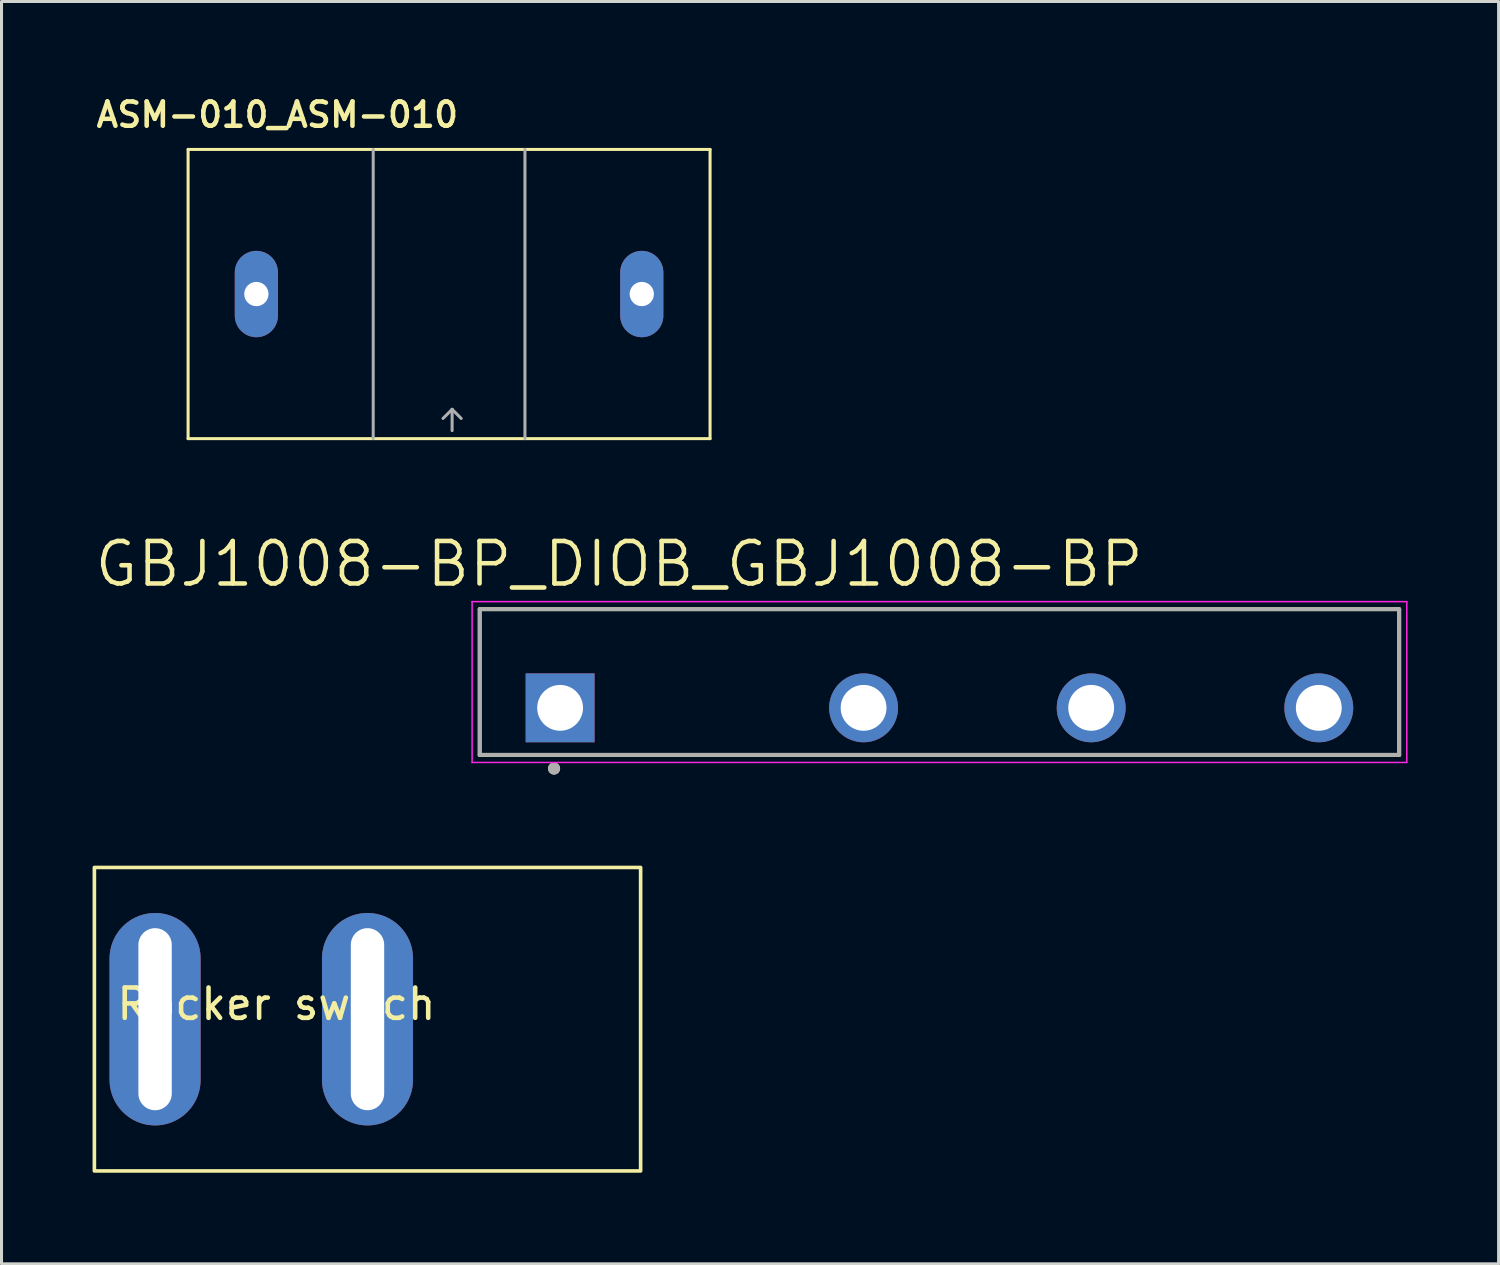
<source format=kicad_pcb>
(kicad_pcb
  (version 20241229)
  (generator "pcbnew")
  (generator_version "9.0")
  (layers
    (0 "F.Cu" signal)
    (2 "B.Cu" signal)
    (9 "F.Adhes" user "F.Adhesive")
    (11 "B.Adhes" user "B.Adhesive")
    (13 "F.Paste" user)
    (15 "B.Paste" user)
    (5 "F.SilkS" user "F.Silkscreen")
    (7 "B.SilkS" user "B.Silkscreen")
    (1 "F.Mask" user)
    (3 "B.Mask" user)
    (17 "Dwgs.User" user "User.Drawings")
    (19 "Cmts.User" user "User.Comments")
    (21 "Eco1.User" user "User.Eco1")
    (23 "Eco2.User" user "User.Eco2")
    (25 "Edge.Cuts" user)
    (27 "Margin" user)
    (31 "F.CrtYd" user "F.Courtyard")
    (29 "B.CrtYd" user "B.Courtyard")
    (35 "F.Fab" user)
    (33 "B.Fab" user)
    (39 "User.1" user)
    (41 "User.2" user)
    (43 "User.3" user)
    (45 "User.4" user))
  (footprint "GBJ1008-BP_DIOB_GBJ1008-BP"
    (layer "F.Cu")
    (at 27.907 19.425)
    (property "Reference" "GBJ1008-BP_DIOB_GBJ1008-BP" (at -10.555 -3.889 0) (layer "F.SilkS") (effects (font (size 1.4 1.4) (thickness 0.15))))
    (attr through_hole)
    (fp_line (start -15.15 -2.4) (end -15.15 2.4) (stroke (width 0.127) (type solid)) (layer "F.SilkS"))
    (fp_line (start -15.15 2.4) (end 15.15 2.4) (stroke (width 0.127) (type solid)) (layer "F.SilkS"))
    (fp_line (start 15.15 -2.4) (end -15.15 -2.4) (stroke (width 0.127) (type solid)) (layer "F.SilkS"))
    (fp_line (start 15.15 2.4) (end 15.15 -2.4) (stroke (width 0.127) (type solid)) (layer "F.SilkS"))
    (fp_circle (center -12.7 2.85) (end -12.6 2.85) (stroke (width 0.2) (type solid)) (fill no) (layer "F.SilkS"))
    (fp_line (start -15.4 -2.65) (end 15.4 -2.65) (stroke (width 0.05) (type solid)) (layer "F.CrtYd"))
    (fp_line (start -15.4 2.65) (end -15.4 -2.65) (stroke (width 0.05) (type solid)) (layer "F.CrtYd"))
    (fp_line (start 15.4 -2.65) (end 15.4 2.65) (stroke (width 0.05) (type solid)) (layer "F.CrtYd"))
    (fp_line (start 15.4 2.65) (end -15.4 2.65) (stroke (width 0.05) (type solid)) (layer "F.CrtYd"))
    (fp_line (start -15.15 -2.4) (end -15.15 2.4) (stroke (width 0.127) (type solid)) (layer "F.Fab"))
    (fp_line (start -15.15 2.4) (end 15.15 2.4) (stroke (width 0.127) (type solid)) (layer "F.Fab"))
    (fp_line (start 15.15 -2.4) (end -15.15 -2.4) (stroke (width 0.127) (type solid)) (layer "F.Fab"))
    (fp_line (start 15.15 2.4) (end 15.15 -2.4) (stroke (width 0.127) (type solid)) (layer "F.Fab"))
    (fp_circle (center -12.7 2.85) (end -12.6 2.85) (stroke (width 0.2) (type solid)) (fill no) (layer "F.Fab"))
    (pad "1" thru_hole rect (at -12.5 0.85) (size 2.27 2.27) (drill 1.51) (layers "*.Cu" "*.Mask"))
    (pad "2" thru_hole circle (at -2.5 0.85) (size 2.27 2.27) (drill 1.51) (layers "*.Cu" "*.Mask"))
    (pad "3" thru_hole circle (at 5 0.85) (size 2.27 2.27) (drill 1.51) (layers "*.Cu" "*.Mask"))
    (pad "4" thru_hole circle (at 12.5 0.85) (size 2.27 2.27) (drill 1.51) (layers "*.Cu" "*.Mask")))
  (footprint "ASM-010_ASM-010"
    (layer "F.Cu")
    (at 11.748 6.639)
    (property "Reference" "ASM-010_ASM-010" (at -5.66 -5.908 0) (layer "F.SilkS") (effects (font (size 0.8 0.8) (thickness 0.15))))
    (attr through_hole)
    (fp_line (start -8.6 -4.765) (end -8.6 4.765) (stroke (width 0.1) (type solid)) (layer "F.SilkS"))
    (fp_line (start -8.6 4.765) (end 8.6 4.765) (stroke (width 0.1) (type solid)) (layer "F.SilkS"))
    (fp_line (start 8.6 -4.765) (end -8.6 -4.765) (stroke (width 0.1) (type solid)) (layer "F.SilkS"))
    (fp_line (start 8.6 4.765) (end 8.6 -4.765) (stroke (width 0.1) (type solid)) (layer "F.SilkS"))
    (fp_line (start -2.5 -4.765) (end -2.5 4.765) (stroke (width 0.1) (type solid)) (layer "F.Fab"))
    (fp_line (start 0.1 3.8) (end -0.2 4.1) (stroke (width 0.1) (type solid)) (layer "F.Fab"))
    (fp_line (start 0.1 3.8) (end 0.4 4.1) (stroke (width 0.1) (type solid)) (layer "F.Fab"))
    (fp_line (start 0.1 4.5) (end 0.1 3.8) (stroke (width 0.1) (type solid)) (layer "F.Fab"))
    (fp_line (start 2.5 -4.765) (end 2.5 4.765) (stroke (width 0.1) (type solid)) (layer "F.Fab"))
    (pad "P$1" thru_hole oval (at -6.35 0) (size 1.422 2.845) (drill 0.8) (layers "*.Cu" "*.Mask"))
    (pad "P$2" thru_hole oval (at 6.35 0) (size 1.422 2.845) (drill 0.8) (layers "*.Cu" "*.Mask")))
  (footprint "Rocker switch"
    (layer "F.Cu")
    (at 6.06 30.535)
    (property "Reference" "Rocker switch" (at 0 -0.5 0) (unlocked yes) (layer "F.SilkS") (effects (font (size 1 1) (thickness 0.15))))
    (attr through_hole)
    (fp_rect (start -6 -5) (end 12 5) (stroke (width 0.12) (type default)) (fill no) (layer "F.SilkS"))
    (pad "1" thru_hole oval (at -4 0) (size 3 7) (drill oval 1.1 6) (layers "*.Cu" "*.Mask"))
    (pad "2" thru_hole oval (at 3 0) (size 3 7) (drill oval 1.1 6) (layers "*.Cu" "*.Mask")))
  (gr_rect
    (start -3 -3)
    (end 46.332 38.596)
    (stroke (width 0.1) (type default))
    (fill no)
    (layer "Edge.Cuts")))
</source>
